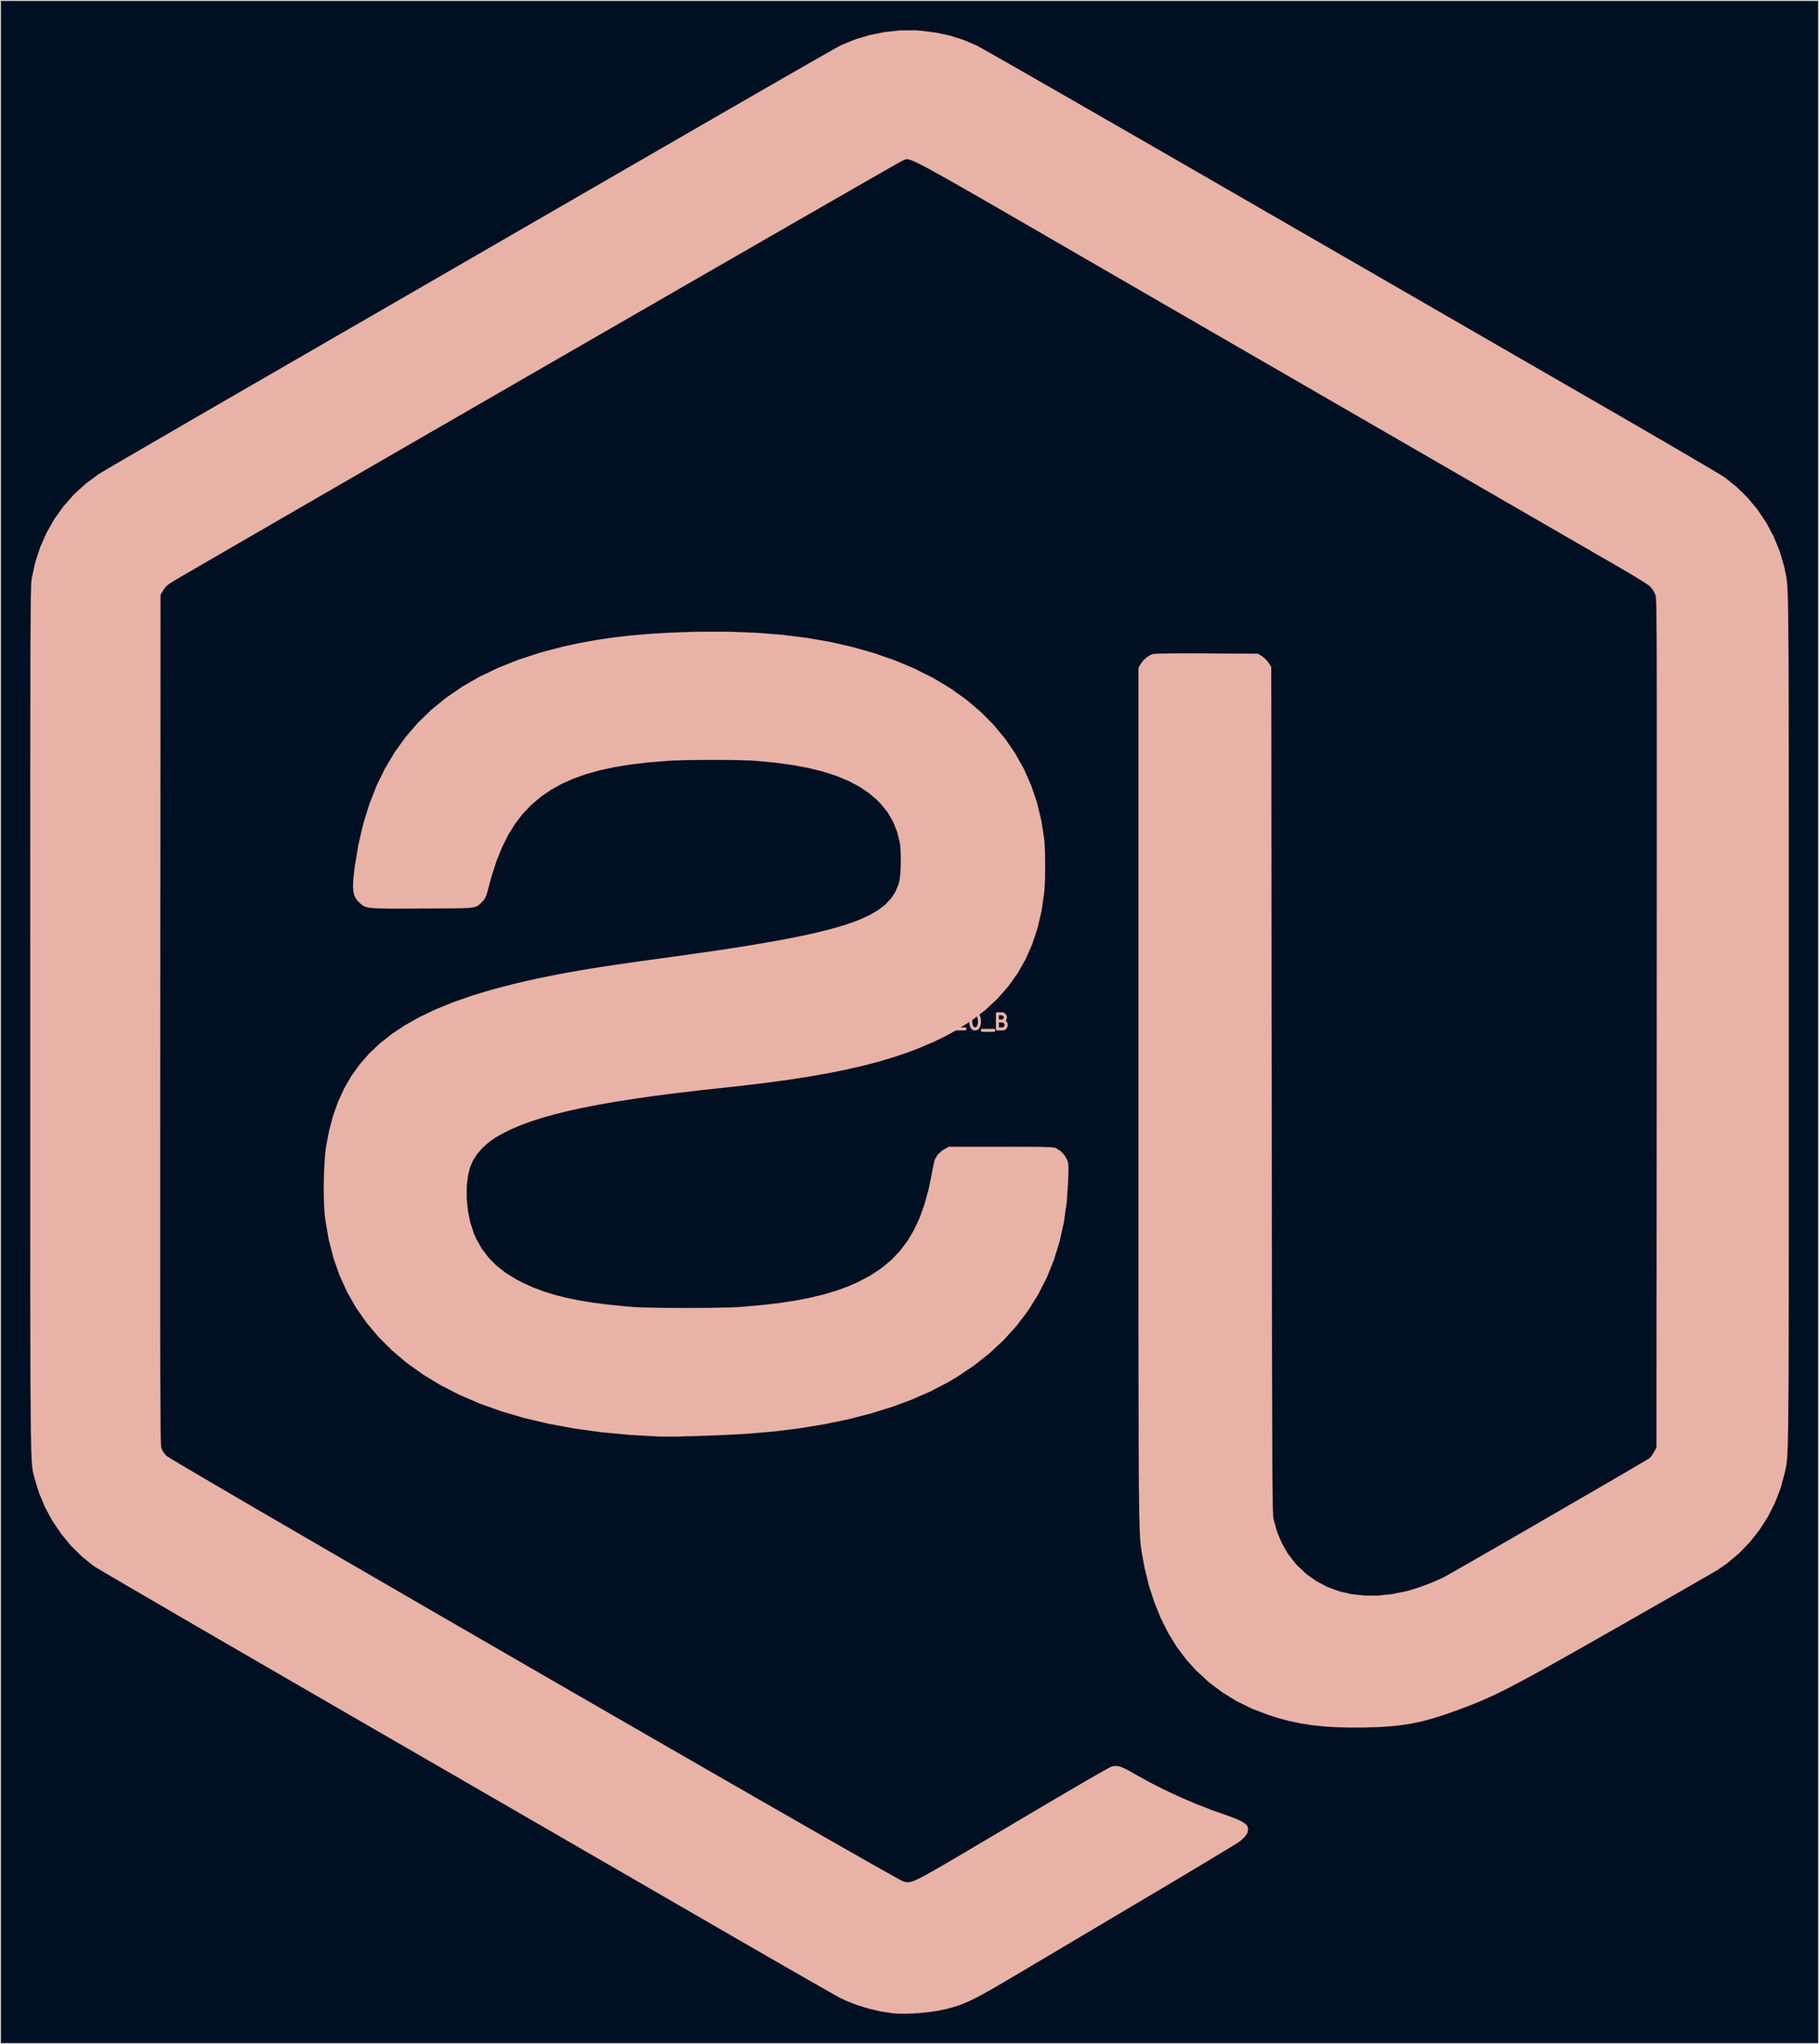
<source format=kicad_pcb>
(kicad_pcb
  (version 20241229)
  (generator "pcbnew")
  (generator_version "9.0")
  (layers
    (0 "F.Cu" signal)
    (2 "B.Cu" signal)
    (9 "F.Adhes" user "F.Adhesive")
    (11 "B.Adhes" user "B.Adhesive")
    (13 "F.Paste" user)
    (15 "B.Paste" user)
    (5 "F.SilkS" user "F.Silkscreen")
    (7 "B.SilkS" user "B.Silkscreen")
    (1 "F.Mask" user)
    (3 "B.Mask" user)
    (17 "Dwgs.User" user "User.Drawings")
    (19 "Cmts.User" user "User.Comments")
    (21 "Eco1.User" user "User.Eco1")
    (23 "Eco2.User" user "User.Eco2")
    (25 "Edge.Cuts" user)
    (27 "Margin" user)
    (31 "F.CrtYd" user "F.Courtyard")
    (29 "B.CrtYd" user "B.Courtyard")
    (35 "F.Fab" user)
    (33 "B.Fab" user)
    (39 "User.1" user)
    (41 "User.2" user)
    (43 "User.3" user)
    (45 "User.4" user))
  (footprint "node-js_20x20_B"
    (layer "F.Cu")
    (at 88.609 99.967)
    (property "Reference" "node-js_20x20_B" (at 0 0 0) (layer "B.SilkS") (effects (font (size 1.524 1.524) (thickness 0.3))))
    (attr through_hole)
    (fp_poly (pts (xy -18.188 -39.341) (xy -15.466 -39.24) (xy -12.867 -39.038) (xy -10.384 -38.734) (xy -8.01 -38.326) (xy -5.738 -37.814) (xy -3.56 -37.197) (xy -1.47 -36.473) (xy -1.355 -36.429) (xy 0.628 -35.594) (xy 2.478 -34.66) (xy 4.195 -33.629) (xy 5.775 -32.503) (xy 7.219 -31.284) (xy 8.524 -29.973) (xy 9.689 -28.572) (xy 10.712 -27.084) (xy 11.592 -25.509) (xy 12.327 -23.851) (xy 12.915 -22.11) (xy 13.356 -20.29) (xy 13.639 -18.457) (xy 13.682 -17.953) (xy 13.713 -17.32) (xy 13.732 -16.6) (xy 13.739 -15.832) (xy 13.734 -15.058) (xy 13.716 -14.318) (xy 13.687 -13.653) (xy 13.646 -13.103) (xy 13.64 -13.039) (xy 13.373 -11.21) (xy 12.972 -9.486) (xy 12.437 -7.864) (xy 11.767 -6.342) (xy 10.958 -4.918) (xy 10.011 -3.59) (xy 8.924 -2.355) (xy 7.695 -1.213) (xy 6.323 -0.161) (xy 4.807 0.803) (xy 3.632 1.44) (xy 2.422 2.022) (xy 1.157 2.566) (xy -0.173 3.074) (xy -1.579 3.548) (xy -3.068 3.99) (xy -4.652 4.404) (xy -6.339 4.79) (xy -8.14 5.151) (xy -10.064 5.49) (xy -12.12 5.809) (xy -14.318 6.109) (xy -16.669 6.394) (xy -18.584 6.603) (xy -21.087 6.875) (xy -23.427 7.151) (xy -25.609 7.433) (xy -27.639 7.72) (xy -29.524 8.015) (xy -31.268 8.318) (xy -32.88 8.632) (xy -34.363 8.956) (xy -35.724 9.292) (xy -36.969 9.641) (xy -38.104 10.005) (xy -39.134 10.385) (xy -40.066 10.781) (xy -40.356 10.917) (xy -41.077 11.281) (xy -41.673 11.623) (xy -42.182 11.969) (xy -42.643 12.345) (xy -43.053 12.735) (xy -43.576 13.34) (xy -43.98 13.984) (xy -44.275 14.693) (xy -44.471 15.496) (xy -44.579 16.418) (xy -44.592 16.637) (xy -44.59 17.869) (xy -44.465 19.082) (xy -44.223 20.242) (xy -43.87 21.318) (xy -43.641 21.84) (xy -43.086 22.828) (xy -42.415 23.723) (xy -41.618 24.533) (xy -40.686 25.267) (xy -39.608 25.935) (xy -38.829 26.336) (xy -37.851 26.771) (xy -36.82 27.157) (xy -35.721 27.498) (xy -34.539 27.798) (xy -33.258 28.06) (xy -31.862 28.287) (xy -30.337 28.483) (xy -28.666 28.651) (xy -27.855 28.719) (xy -27.4 28.746) (xy -26.8 28.769) (xy -26.078 28.788) (xy -25.258 28.803) (xy -24.365 28.813) (xy -23.422 28.819) (xy -22.453 28.821) (xy -21.483 28.819) (xy -20.534 28.812) (xy -19.632 28.801) (xy -18.799 28.786) (xy -18.06 28.767) (xy -17.439 28.743) (xy -16.976 28.716) (xy -15.008 28.548) (xy -13.196 28.34) (xy -11.528 28.09) (xy -9.993 27.797) (xy -8.581 27.457) (xy -7.282 27.068) (xy -6.085 26.629) (xy -5.037 26.166) (xy -3.83 25.517) (xy -2.744 24.794) (xy -1.773 23.986) (xy -0.91 23.084) (xy -0.15 22.081) (xy 0.514 20.966) (xy 1.088 19.731) (xy 1.577 18.366) (xy 1.989 16.864) (xy 2.316 15.277) (xy 2.4 14.829) (xy 2.482 14.423) (xy 2.554 14.097) (xy 2.608 13.889) (xy 2.618 13.858) (xy 2.882 13.4) (xy 3.287 13.007) (xy 3.577 12.819) (xy 4.022 12.573) (xy 9.271 12.573) (xy 10.357 12.573) (xy 11.287 12.575) (xy 12.073 12.577) (xy 12.729 12.582) (xy 13.267 12.588) (xy 13.7 12.596) (xy 14.042 12.607) (xy 14.305 12.621) (xy 14.501 12.638) (xy 14.645 12.658) (xy 14.748 12.683) (xy 14.823 12.711) (xy 15.317 13.023) (xy 15.712 13.453) (xy 15.918 13.821) (xy 15.984 13.98) (xy 16.031 14.129) (xy 16.063 14.295) (xy 16.08 14.507) (xy 16.086 14.793) (xy 16.081 15.181) (xy 16.067 15.698) (xy 16.059 15.96) (xy 15.919 18.088) (xy 15.632 20.134) (xy 15.198 22.097) (xy 14.618 23.976) (xy 13.893 25.767) (xy 13.024 27.472) (xy 12.011 29.087) (xy 10.856 30.611) (xy 9.559 32.044) (xy 8.122 33.383) (xy 6.544 34.628) (xy 4.828 35.776) (xy 3.919 36.313) (xy 2.179 37.218) (xy 0.295 38.045) (xy -1.725 38.791) (xy -3.874 39.456) (xy -6.144 40.038) (xy -8.528 40.533) (xy -11.019 40.942) (xy -13.608 41.261) (xy -16.29 41.489) (xy -17.611 41.566) (xy -18.757 41.62) (xy -19.879 41.667) (xy -20.956 41.707) (xy -21.97 41.738) (xy -22.902 41.762) (xy -23.731 41.776) (xy -24.439 41.781) (xy -25.007 41.776) (xy -25.231 41.769) (xy -28.194 41.603) (xy -31.03 41.333) (xy -33.737 40.962) (xy -36.315 40.487) (xy -38.762 39.911) (xy -41.078 39.233) (xy -43.263 38.453) (xy -45.315 37.572) (xy -47.233 36.59) (xy -49.017 35.507) (xy -50.666 34.323) (xy -52.137 33.079) (xy -53.487 31.731) (xy -54.69 30.303) (xy -55.745 28.793) (xy -56.653 27.2) (xy -57.416 25.521) (xy -58.035 23.756) (xy -58.509 21.902) (xy -58.841 19.958) (xy -58.89 19.558) (xy -58.948 18.895) (xy -58.985 18.106) (xy -59.003 17.232) (xy -59.002 16.311) (xy -58.982 15.381) (xy -58.945 14.481) (xy -58.891 13.65) (xy -58.821 12.926) (xy -58.773 12.567) (xy -58.47 10.968) (xy -58.07 9.461) (xy -57.567 8.043) (xy -56.957 6.711) (xy -56.236 5.461) (xy -55.4 4.29) (xy -54.444 3.194) (xy -53.364 2.17) (xy -52.156 1.214) (xy -50.816 0.323) (xy -49.338 -0.507) (xy -47.72 -1.28) (xy -45.956 -1.998) (xy -44.042 -2.666) (xy -41.975 -3.287) (xy -39.749 -3.864) (xy -38.354 -4.187) (xy -37.375 -4.4) (xy -36.4 -4.602) (xy -35.415 -4.797) (xy -34.4 -4.986) (xy -33.341 -5.173) (xy -32.219 -5.361) (xy -31.018 -5.552) (xy -29.721 -5.749) (xy -28.311 -5.955) (xy -26.771 -6.172) (xy -25.084 -6.405) (xy -24.583 -6.473) (xy -22.298 -6.788) (xy -20.177 -7.091) (xy -18.21 -7.385) (xy -16.392 -7.67) (xy -14.715 -7.949) (xy -13.174 -8.221) (xy -11.76 -8.489) (xy -10.468 -8.754) (xy -9.291 -9.017) (xy -8.221 -9.28) (xy -7.253 -9.543) (xy -6.379 -9.809) (xy -5.592 -10.079) (xy -4.96 -10.322) (xy -3.943 -10.787) (xy -3.084 -11.29) (xy -2.375 -11.838) (xy -1.807 -12.44) (xy -1.372 -13.105) (xy -1.061 -13.84) (xy -0.957 -14.203) (xy -0.897 -14.554) (xy -0.853 -15.033) (xy -0.824 -15.595) (xy -0.812 -16.2) (xy -0.816 -16.805) (xy -0.838 -17.368) (xy -0.878 -17.847) (xy -0.918 -18.119) (xy -1.201 -19.228) (xy -1.606 -20.23) (xy -2.145 -21.145) (xy -2.827 -21.994) (xy -3.187 -22.362) (xy -4.026 -23.081) (xy -4.987 -23.727) (xy -6.072 -24.302) (xy -7.288 -24.808) (xy -8.638 -25.245) (xy -10.128 -25.615) (xy -11.761 -25.919) (xy -13.544 -26.16) (xy -15.452 -26.337) (xy -15.981 -26.367) (xy -16.651 -26.391) (xy -17.432 -26.41) (xy -18.295 -26.422) (xy -19.211 -26.429) (xy -20.151 -26.43) (xy -21.086 -26.424) (xy -21.986 -26.413) (xy -22.824 -26.396) (xy -23.569 -26.373) (xy -24.193 -26.344) (xy -24.342 -26.335) (xy -26.274 -26.178) (xy -28.054 -25.967) (xy -29.691 -25.701) (xy -31.194 -25.376) (xy -32.572 -24.99) (xy -33.835 -24.54) (xy -34.991 -24.024) (xy -36.05 -23.44) (xy -37.02 -22.784) (xy -37.126 -22.704) (xy -38.078 -21.898) (xy -38.94 -20.996) (xy -39.716 -19.988) (xy -40.414 -18.864) (xy -41.038 -17.615) (xy -41.594 -16.231) (xy -42.088 -14.702) (xy -42.375 -13.639) (xy -42.503 -13.153) (xy -42.615 -12.796) (xy -42.727 -12.533) (xy -42.856 -12.327) (xy -43.019 -12.141) (xy -43.109 -12.053) (xy -43.232 -11.936) (xy -43.34 -11.835) (xy -43.447 -11.751) (xy -43.567 -11.68) (xy -43.713 -11.622) (xy -43.898 -11.576) (xy -44.137 -11.539) (xy -44.443 -11.512) (xy -44.83 -11.491) (xy -45.31 -11.477) (xy -45.898 -11.467) (xy -46.607 -11.461) (xy -47.451 -11.456) (xy -48.443 -11.451) (xy -49.055 -11.449) (xy -50.17 -11.444) (xy -51.128 -11.44) (xy -51.944 -11.44) (xy -52.631 -11.444) (xy -53.202 -11.454) (xy -53.67 -11.469) (xy -54.049 -11.493) (xy -54.352 -11.524) (xy -54.593 -11.566) (xy -54.784 -11.618) (xy -54.94 -11.683) (xy -55.073 -11.761) (xy -55.197 -11.852) (xy -55.325 -11.96) (xy -55.346 -11.977) (xy -55.602 -12.227) (xy -55.798 -12.498) (xy -55.936 -12.811) (xy -56.02 -13.186) (xy -56.052 -13.645) (xy -56.036 -14.208) (xy -55.974 -14.896) (xy -55.882 -15.636) (xy -55.517 -17.845) (xy -55.032 -19.94) (xy -54.424 -21.92) (xy -53.693 -23.788) (xy -52.837 -25.545) (xy -51.856 -27.191) (xy -50.749 -28.728) (xy -49.513 -30.158) (xy -48.149 -31.48) (xy -46.654 -32.696) (xy -45.029 -33.808) (xy -43.271 -34.816) (xy -41.379 -35.722) (xy -39.353 -36.526) (xy -37.192 -37.231) (xy -34.893 -37.836) (xy -33.316 -38.178) (xy -31.6 -38.492) (xy -29.836 -38.754) (xy -28.003 -38.967) (xy -26.079 -39.131) (xy -24.043 -39.25) (xy -21.872 -39.324) (xy -21.04 -39.341) (xy -18.188 -39.341)) (stroke (width 0.01) (type solid)) (fill yes) (layer "B.SilkS"))
    (fp_poly (pts (xy 1.171 -99.922) (xy 2.713 -99.728) (xy 4.152 -99.419) (xy 5.516 -98.987) (xy 6.816 -98.434) (xy 6.959 -98.358) (xy 7.243 -98.201) (xy 7.663 -97.965) (xy 8.213 -97.654) (xy 8.888 -97.27) (xy 9.682 -96.818) (xy 10.59 -96.3) (xy 11.606 -95.719) (xy 12.724 -95.079) (xy 13.94 -94.382) (xy 15.248 -93.633) (xy 16.642 -92.832) (xy 18.117 -91.985) (xy 19.667 -91.095) (xy 21.287 -90.163) (xy 22.972 -89.194) (xy 24.715 -88.191) (xy 26.512 -87.156) (xy 28.356 -86.094) (xy 30.243 -85.006) (xy 32.167 -83.897) (xy 33.57 -83.087) (xy 35.64 -81.893) (xy 37.735 -80.685) (xy 39.846 -79.467) (xy 41.964 -78.245) (xy 44.081 -77.024) (xy 46.188 -75.808) (xy 48.276 -74.603) (xy 50.337 -73.414) (xy 52.362 -72.246) (xy 54.342 -71.104) (xy 56.269 -69.992) (xy 58.134 -68.916) (xy 59.928 -67.881) (xy 61.642 -66.892) (xy 63.268 -65.954) (xy 64.798 -65.072) (xy 66.222 -64.25) (xy 67.532 -63.495) (xy 68.719 -62.81) (xy 69.774 -62.201) (xy 70.464 -61.803) (xy 71.74 -61.066) (xy 72.985 -60.347) (xy 74.188 -59.649) (xy 75.342 -58.979) (xy 76.438 -58.342) (xy 77.467 -57.742) (xy 78.42 -57.185) (xy 79.289 -56.676) (xy 80.065 -56.22) (xy 80.739 -55.822) (xy 81.302 -55.487) (xy 81.747 -55.22) (xy 82.063 -55.027) (xy 82.242 -54.912) (xy 82.258 -54.901) (xy 83.485 -53.922) (xy 84.603 -52.82) (xy 85.603 -51.609) (xy 86.476 -50.301) (xy 87.215 -48.909) (xy 87.812 -47.447) (xy 88.257 -45.927) (xy 88.398 -45.27) (xy 88.423 -45.142) (xy 88.446 -45.02) (xy 88.468 -44.901) (xy 88.489 -44.778) (xy 88.509 -44.649) (xy 88.528 -44.507) (xy 88.545 -44.35) (xy 88.562 -44.172) (xy 88.578 -43.969) (xy 88.592 -43.737) (xy 88.606 -43.47) (xy 88.618 -43.165) (xy 88.63 -42.817) (xy 88.641 -42.421) (xy 88.651 -41.974) (xy 88.66 -41.47) (xy 88.669 -40.905) (xy 88.677 -40.275) (xy 88.684 -39.575) (xy 88.69 -38.801) (xy 88.696 -37.947) (xy 88.701 -37.011) (xy 88.706 -35.986) (xy 88.71 -34.87) (xy 88.713 -33.656) (xy 88.716 -32.342) (xy 88.719 -30.922) (xy 88.721 -29.391) (xy 88.723 -27.746) (xy 88.725 -25.982) (xy 88.726 -24.094) (xy 88.727 -22.078) (xy 88.728 -19.929) (xy 88.728 -17.644) (xy 88.729 -15.216) (xy 88.729 -12.643) (xy 88.729 -9.919) (xy 88.729 -7.041) (xy 88.729 -4.003) (xy 88.729 -0.8) (xy 88.729 -0.127) (xy 88.729 3.12) (xy 88.729 6.202) (xy 88.729 9.124) (xy 88.729 11.89) (xy 88.729 14.505) (xy 88.729 16.972) (xy 88.728 19.297) (xy 88.728 21.484) (xy 88.727 23.537) (xy 88.726 25.461) (xy 88.724 27.261) (xy 88.722 28.94) (xy 88.72 30.504) (xy 88.717 31.956) (xy 88.714 33.302) (xy 88.71 34.545) (xy 88.705 35.691) (xy 88.7 36.743) (xy 88.694 37.706) (xy 88.688 38.585) (xy 88.681 39.384) (xy 88.673 40.107) (xy 88.664 40.759) (xy 88.654 41.345) (xy 88.644 41.868) (xy 88.632 42.334) (xy 88.62 42.747) (xy 88.606 43.111) (xy 88.591 43.431) (xy 88.576 43.711) (xy 88.559 43.956) (xy 88.54 44.17) (xy 88.521 44.358) (xy 88.5 44.524) (xy 88.478 44.672) (xy 88.455 44.807) (xy 88.43 44.934) (xy 88.404 45.057) (xy 88.376 45.181) (xy 88.347 45.309) (xy 88.316 45.447) (xy 88.311 45.471) (xy 87.894 46.998) (xy 87.325 48.471) (xy 86.611 49.876) (xy 85.764 51.2) (xy 84.79 52.43) (xy 83.7 53.554) (xy 82.502 54.558) (xy 81.617 55.174) (xy 81.477 55.259) (xy 81.199 55.422) (xy 80.792 55.658) (xy 80.265 55.962) (xy 79.628 56.329) (xy 78.89 56.752) (xy 78.06 57.228) (xy 77.147 57.751) (xy 76.16 58.315) (xy 75.109 58.915) (xy 74.003 59.547) (xy 72.851 60.203) (xy 71.662 60.881) (xy 71.289 61.093) (xy 69.714 61.989) (xy 68.276 62.805) (xy 66.966 63.546) (xy 65.774 64.218) (xy 64.692 64.824) (xy 63.708 65.37) (xy 62.815 65.861) (xy 62.002 66.301) (xy 61.26 66.696) (xy 60.58 67.05) (xy 59.952 67.369) (xy 59.367 67.656) (xy 58.815 67.918) (xy 58.287 68.158) (xy 57.774 68.383) (xy 57.265 68.595) (xy 56.752 68.802) (xy 56.225 69.007) (xy 55.674 69.215) (xy 55.315 69.348) (xy 54.05 69.798) (xy 52.889 70.167) (xy 51.796 70.462) (xy 50.729 70.692) (xy 49.65 70.862) (xy 48.521 70.982) (xy 47.301 71.058) (xy 46.059 71.095) (xy 44.519 71.104) (xy 43.116 71.07) (xy 41.825 70.99) (xy 40.616 70.86) (xy 39.465 70.677) (xy 38.342 70.437) (xy 37.222 70.136) (xy 36.314 69.852) (xy 34.629 69.211) (xy 33.052 68.44) (xy 31.581 67.537) (xy 30.215 66.502) (xy 28.953 65.333) (xy 27.976 64.253) (xy 27.034 63.003) (xy 26.181 61.62) (xy 25.422 60.118) (xy 24.765 58.512) (xy 24.216 56.816) (xy 23.781 55.044) (xy 23.587 54.017) (xy 23.556 53.83) (xy 23.525 53.656) (xy 23.496 53.491) (xy 23.469 53.33) (xy 23.444 53.17) (xy 23.419 53.004) (xy 23.396 52.83) (xy 23.375 52.642) (xy 23.355 52.435) (xy 23.336 52.206) (xy 23.318 51.95) (xy 23.302 51.662) (xy 23.286 51.338) (xy 23.272 50.973) (xy 23.259 50.563) (xy 23.247 50.104) (xy 23.236 49.59) (xy 23.226 49.017) (xy 23.216 48.382) (xy 23.208 47.678) (xy 23.2 46.903) (xy 23.193 46.051) (xy 23.187 45.117) (xy 23.182 44.098) (xy 23.177 42.988) (xy 23.173 41.784) (xy 23.17 40.481) (xy 23.166 39.074) (xy 23.164 37.559) (xy 23.162 35.931) (xy 23.16 34.185) (xy 23.159 32.318) (xy 23.158 30.325) (xy 23.157 28.201) (xy 23.157 25.942) (xy 23.156 23.543) (xy 23.156 21) (xy 23.156 18.308) (xy 23.156 15.463) (xy 23.156 12.46) (xy 23.156 9.295) (xy 23.156 7.408) (xy 23.156 -35.687) (xy 23.344 -36.038) (xy 23.617 -36.422) (xy 23.979 -36.759) (xy 24.377 -37.003) (xy 24.578 -37.077) (xy 24.717 -37.1) (xy 24.964 -37.118) (xy 25.327 -37.133) (xy 25.813 -37.144) (xy 26.431 -37.152) (xy 27.189 -37.156) (xy 28.093 -37.157) (xy 29.154 -37.155) (xy 30.063 -37.151) (xy 35.192 -37.126) (xy 35.607 -36.87) (xy 36.007 -36.543) (xy 36.277 -36.199) (xy 36.534 -35.785) (xy 36.58 6.851) (xy 36.583 10.069) (xy 36.586 13.122) (xy 36.59 16.014) (xy 36.593 18.75) (xy 36.596 21.335) (xy 36.599 23.771) (xy 36.602 26.065) (xy 36.605 28.221) (xy 36.608 30.242) (xy 36.612 32.133) (xy 36.615 33.899) (xy 36.618 35.544) (xy 36.621 37.072) (xy 36.625 38.488) (xy 36.628 39.796) (xy 36.632 41) (xy 36.636 42.106) (xy 36.64 43.116) (xy 36.644 44.036) (xy 36.649 44.871) (xy 36.654 45.624) (xy 36.659 46.299) (xy 36.664 46.902) (xy 36.67 47.437) (xy 36.676 47.907) (xy 36.682 48.318) (xy 36.689 48.674) (xy 36.696 48.979) (xy 36.703 49.238) (xy 36.711 49.454) (xy 36.72 49.633) (xy 36.728 49.778) (xy 36.738 49.895) (xy 36.747 49.987) (xy 36.758 50.059) (xy 36.768 50.116) (xy 36.769 50.12) (xy 37.126 51.377) (xy 37.601 52.52) (xy 38.203 53.565) (xy 38.938 54.524) (xy 39.187 54.8) (xy 40.099 55.65) (xy 41.105 56.363) (xy 42.198 56.938) (xy 43.369 57.372) (xy 44.612 57.663) (xy 45.918 57.811) (xy 47.281 57.813) (xy 48.691 57.667) (xy 50.143 57.372) (xy 50.373 57.313) (xy 51.094 57.098) (xy 51.884 56.828) (xy 52.679 56.524) (xy 53.415 56.211) (xy 53.868 55.996) (xy 54.034 55.907) (xy 54.332 55.742) (xy 54.75 55.506) (xy 55.279 55.205) (xy 55.909 54.846) (xy 56.63 54.434) (xy 57.43 53.975) (xy 58.301 53.475) (xy 59.231 52.94) (xy 60.211 52.375) (xy 61.231 51.788) (xy 62.28 51.182) (xy 63.347 50.566) (xy 64.424 49.943) (xy 65.5 49.321) (xy 66.563 48.705) (xy 67.605 48.101) (xy 68.616 47.515) (xy 69.584 46.953) (xy 70.499 46.421) (xy 71.353 45.924) (xy 72.133 45.469) (xy 72.831 45.061) (xy 73.435 44.706) (xy 73.936 44.411) (xy 74.324 44.181) (xy 74.588 44.022) (xy 74.718 43.939) (xy 74.728 43.931) (xy 74.869 43.764) (xy 75.041 43.511) (xy 75.152 43.324) (xy 75.396 42.884) (xy 75.417 0.11) (xy 75.419 -3.102) (xy 75.42 -6.15) (xy 75.422 -9.037) (xy 75.423 -11.767) (xy 75.424 -14.346) (xy 75.425 -16.778) (xy 75.426 -19.067) (xy 75.426 -21.217) (xy 75.427 -23.233) (xy 75.427 -25.119) (xy 75.427 -26.88) (xy 75.426 -28.519) (xy 75.426 -30.043) (xy 75.425 -31.454) (xy 75.424 -32.757) (xy 75.422 -33.957) (xy 75.42 -35.057) (xy 75.418 -36.064) (xy 75.416 -36.98) (xy 75.413 -37.81) (xy 75.409 -38.559) (xy 75.406 -39.23) (xy 75.401 -39.829) (xy 75.397 -40.36) (xy 75.392 -40.827) (xy 75.386 -41.235) (xy 75.38 -41.588) (xy 75.374 -41.889) (xy 75.367 -42.145) (xy 75.36 -42.359) (xy 75.352 -42.535) (xy 75.343 -42.678) (xy 75.334 -42.793) (xy 75.324 -42.883) (xy 75.314 -42.954) (xy 75.303 -43.009) (xy 75.291 -43.053) (xy 75.279 -43.09) (xy 75.27 -43.115) (xy 75.042 -43.548) (xy 74.74 -43.915) (xy 74.571 -44.048) (xy 74.266 -44.255) (xy 73.836 -44.529) (xy 73.295 -44.862) (xy 72.655 -45.246) (xy 71.927 -45.674) (xy 71.332 -46.019) (xy 71.02 -46.199) (xy 70.568 -46.46) (xy 69.984 -46.797) (xy 69.276 -47.206) (xy 68.449 -47.683) (xy 67.512 -48.224) (xy 66.472 -48.825) (xy 65.336 -49.481) (xy 64.11 -50.189) (xy 62.804 -50.943) (xy 61.422 -51.741) (xy 59.974 -52.578) (xy 58.466 -53.449) (xy 56.905 -54.35) (xy 55.298 -55.278) (xy 53.653 -56.229) (xy 51.977 -57.197) (xy 50.277 -58.179) (xy 48.56 -59.17) (xy 46.835 -60.167) (xy 45.106 -61.165) (xy 43.383 -62.161) (xy 41.672 -63.149) (xy 39.981 -64.126) (xy 38.316 -65.088) (xy 36.685 -66.03) (xy 35.096 -66.949) (xy 33.554 -67.839) (xy 32.068 -68.698) (xy 30.645 -69.52) (xy 29.292 -70.302) (xy 28.017 -71.039) (xy 26.825 -71.727) (xy 25.726 -72.363) (xy 24.725 -72.941) (xy 23.83 -73.458) (xy 23.049 -73.91) (xy 22.388 -74.291) (xy 21.855 -74.6) (xy 21.505 -74.802) (xy 19.409 -76.015) (xy 17.455 -77.146) (xy 15.637 -78.198) (xy 13.951 -79.174) (xy 12.391 -80.077) (xy 10.952 -80.908) (xy 9.63 -81.673) (xy 8.418 -82.371) (xy 7.312 -83.008) (xy 6.307 -83.585) (xy 5.397 -84.105) (xy 4.578 -84.571) (xy 3.844 -84.986) (xy 3.191 -85.353) (xy 2.612 -85.674) (xy 2.104 -85.951) (xy 1.661 -86.189) (xy 1.277 -86.389) (xy 0.948 -86.554) (xy 0.669 -86.688) (xy 0.434 -86.792) (xy 0.239 -86.871) (xy 0.078 -86.925) (xy -0.054 -86.959) (xy -0.162 -86.975) (xy -0.252 -86.975) (xy -0.327 -86.963) (xy -0.393 -86.941) (xy -0.457 -86.912) (xy -0.521 -86.879) (xy -0.592 -86.845) (xy -0.676 -86.812) (xy -0.677 -86.811) (xy -0.771 -86.762) (xy -1.007 -86.631) (xy -1.379 -86.421) (xy -1.881 -86.136) (xy -2.51 -85.777) (xy -3.259 -85.35) (xy -4.124 -84.855) (xy -5.098 -84.296) (xy -6.178 -83.677) (xy -7.358 -83) (xy -8.632 -82.269) (xy -9.996 -81.485) (xy -11.444 -80.653) (xy -12.971 -79.775) (xy -14.572 -78.855) (xy -16.241 -77.894) (xy -17.974 -76.897) (xy -19.765 -75.866) (xy -21.609 -74.804) (xy -23.501 -73.715) (xy -25.436 -72.6) (xy -27.408 -71.464) (xy -29.412 -70.309) (xy -31.444 -69.139) (xy -33.497 -67.955) (xy -35.567 -66.762) (xy -37.648 -65.562) (xy -39.735 -64.358) (xy -41.824 -63.153) (xy -43.908 -61.951) (xy -45.983 -60.753) (xy -48.044 -59.564) (xy -50.084 -58.386) (xy -52.1 -57.222) (xy -54.086 -56.075) (xy -56.036 -54.949) (xy -57.945 -53.846) (xy -59.809 -52.768) (xy -61.622 -51.72) (xy -63.379 -50.704) (xy -65.074 -49.724) (xy -66.703 -48.781) (xy -68.26 -47.879) (xy -69.741 -47.022) (xy -71.139 -46.212) (xy -72.449 -45.452) (xy -73.406 -44.897) (xy -73.923 -44.594) (xy -74.315 -44.354) (xy -74.608 -44.159) (xy -74.824 -43.988) (xy -74.987 -43.824) (xy -75.122 -43.648) (xy -75.252 -43.44) (xy -75.256 -43.434) (xy -75.48 -43.053) (xy -75.502 -0.256) (xy -75.503 2.977) (xy -75.505 6.044) (xy -75.506 8.951) (xy -75.507 11.701) (xy -75.508 14.299) (xy -75.509 16.75) (xy -75.509 19.057) (xy -75.51 21.225) (xy -75.51 23.258) (xy -75.509 25.161) (xy -75.509 26.937) (xy -75.508 28.592) (xy -75.507 30.129) (xy -75.506 31.552) (xy -75.504 32.867) (xy -75.502 34.078) (xy -75.5 35.188) (xy -75.497 36.202) (xy -75.494 37.124) (xy -75.491 37.959) (xy -75.487 38.711) (xy -75.483 39.385) (xy -75.479 39.984) (xy -75.474 40.513) (xy -75.469 40.976) (xy -75.463 41.378) (xy -75.457 41.722) (xy -75.45 42.014) (xy -75.443 42.257) (xy -75.436 42.457) (xy -75.428 42.616) (xy -75.419 42.74) (xy -75.41 42.832) (xy -75.401 42.898) (xy -75.391 42.941) (xy -75.39 42.944) (xy -75.218 43.297) (xy -74.959 43.643) (xy -74.897 43.708) (xy -74.795 43.78) (xy -74.552 43.932) (xy -74.172 44.163) (xy -73.662 44.469) (xy -73.027 44.846) (xy -72.272 45.292) (xy -71.403 45.804) (xy -70.425 46.378) (xy -69.343 47.011) (xy -68.163 47.701) (xy -66.89 48.444) (xy -65.53 49.237) (xy -64.087 50.076) (xy -62.568 50.96) (xy -60.977 51.884) (xy -59.321 52.846) (xy -57.603 53.843) (xy -55.831 54.871) (xy -54.008 55.927) (xy -52.141 57.009) (xy -50.235 58.112) (xy -48.296 59.235) (xy -46.328 60.373) (xy -44.337 61.525) (xy -42.328 62.686) (xy -40.307 63.853) (xy -38.279 65.024) (xy -36.25 66.196) (xy -34.224 67.365) (xy -32.208 68.527) (xy -30.207 69.682) (xy -28.225 70.824) (xy -26.269 71.95) (xy -24.344 73.059) (xy -22.454 74.146) (xy -20.607 75.209) (xy -18.806 76.245) (xy -17.057 77.249) (xy -15.367 78.22) (xy -13.739 79.154) (xy -12.179 80.048) (xy -10.694 80.899) (xy -9.287 81.704) (xy -7.965 82.46) (xy -6.733 83.163) (xy -5.596 83.811) (xy -4.56 84.4) (xy -3.63 84.927) (xy -2.811 85.39) (xy -2.109 85.785) (xy -1.529 86.109) (xy -1.077 86.359) (xy -0.757 86.531) (xy -0.576 86.623) (xy -0.538 86.638) (xy -0.413 86.666) (xy -0.299 86.689) (xy -0.186 86.704) (xy -0.067 86.707) (xy 0.064 86.693) (xy 0.217 86.659) (xy 0.398 86.601) (xy 0.616 86.515) (xy 0.878 86.395) (xy 1.192 86.24) (xy 1.566 86.043) (xy 2.008 85.802) (xy 2.524 85.512) (xy 3.123 85.169) (xy 3.813 84.769) (xy 4.601 84.308) (xy 5.495 83.781) (xy 6.503 83.186) (xy 7.633 82.517) (xy 8.892 81.771) (xy 10.288 80.943) (xy 10.494 80.82) (xy 12.053 79.897) (xy 13.487 79.05) (xy 14.793 78.281) (xy 15.97 77.59) (xy 17.016 76.979) (xy 17.929 76.449) (xy 18.707 76.001) (xy 19.349 75.635) (xy 19.853 75.353) (xy 20.217 75.157) (xy 20.438 75.046) (xy 20.503 75.021) (xy 20.771 74.982) (xy 21.041 74.993) (xy 21.338 75.065) (xy 21.69 75.206) (xy 22.124 75.425) (xy 22.666 75.731) (xy 22.755 75.784) (xy 24.149 76.561) (xy 25.663 77.333) (xy 27.252 78.077) (xy 28.867 78.772) (xy 30.461 79.397) (xy 31.462 79.754) (xy 32.221 80.02) (xy 32.831 80.25) (xy 33.308 80.452) (xy 33.666 80.637) (xy 33.919 80.812) (xy 34.084 80.986) (xy 34.174 81.169) (xy 34.205 81.37) (xy 34.205 81.399) (xy 34.123 81.742) (xy 33.878 82.107) (xy 33.476 82.488) (xy 33.292 82.628) (xy 33.153 82.72) (xy 32.878 82.892) (xy 32.477 83.138) (xy 31.959 83.453) (xy 31.335 83.83) (xy 30.615 84.264) (xy 29.808 84.749) (xy 28.924 85.278) (xy 27.972 85.847) (xy 26.964 86.449) (xy 25.908 87.077) (xy 24.814 87.727) (xy 24.371 87.99) (xy 23.168 88.704) (xy 21.932 89.437) (xy 20.681 90.179) (xy 19.431 90.921) (xy 18.199 91.652) (xy 17 92.364) (xy 15.852 93.045) (xy 14.771 93.686) (xy 13.773 94.278) (xy 12.876 94.81) (xy 12.096 95.273) (xy 11.599 95.568) (xy 10.534 96.199) (xy 9.6 96.748) (xy 8.783 97.224) (xy 8.068 97.632) (xy 7.443 97.98) (xy 6.893 98.274) (xy 6.404 98.522) (xy 5.962 98.73) (xy 5.554 98.905) (xy 5.166 99.055) (xy 4.783 99.185) (xy 4.392 99.304) (xy 3.979 99.418) (xy 3.717 99.485) (xy 3.012 99.636) (xy 2.201 99.762) (xy 1.33 99.858) (xy 0.447 99.922) (xy -0.401 99.949) (xy -1.168 99.937) (xy -1.645 99.901) (xy -2.798 99.724) (xy -3.987 99.45) (xy -5.158 99.094) (xy -6.253 98.673) (xy -6.846 98.398) (xy -7.017 98.307) (xy -7.326 98.136) (xy -7.762 97.891) (xy -8.318 97.577) (xy -8.982 97.199) (xy -9.747 96.763) (xy -10.603 96.273) (xy -11.54 95.736) (xy -12.55 95.157) (xy -13.623 94.54) (xy -14.749 93.891) (xy -15.921 93.216) (xy -17.127 92.52) (xy -17.78 92.143) (xy -18.637 91.647) (xy -19.632 91.072) (xy -20.758 90.422) (xy -22.007 89.7) (xy -23.369 88.913) (xy -24.838 88.064) (xy -26.406 87.158) (xy -28.063 86.2) (xy -29.803 85.195) (xy -31.617 84.147) (xy -33.496 83.061) (xy -35.434 81.941) (xy -37.422 80.793) (xy -39.451 79.62) (xy -41.514 78.428) (xy -43.603 77.221) (xy -45.71 76.004) (xy -47.826 74.781) (xy -49.944 73.558) (xy -52.055 72.338) (xy -54.151 71.127) (xy -54.711 70.803) (xy -56.693 69.658) (xy -58.64 68.532) (xy -60.548 67.428) (xy -62.411 66.35) (xy -64.224 65.3) (xy -65.981 64.283) (xy -67.678 63.299) (xy -69.308 62.354) (xy -70.867 61.449) (xy -72.349 60.589) (xy -73.749 59.776) (xy -75.061 59.012) (xy -76.281 58.302) (xy -77.403 57.649) (xy -78.421 57.054) (xy -79.331 56.523) (xy -80.126 56.057) (xy -80.803 55.659) (xy -81.355 55.334) (xy -81.777 55.083) (xy -82.063 54.911) (xy -82.209 54.819) (xy -82.219 54.812) (xy -83.405 53.859) (xy -84.5 52.775) (xy -85.489 51.578) (xy -86.362 50.286) (xy -87.105 48.919) (xy -87.706 47.495) (xy -88.134 46.102) (xy -88.169 45.969) (xy -88.202 45.849) (xy -88.233 45.737) (xy -88.262 45.628) (xy -88.29 45.519) (xy -88.317 45.405) (xy -88.342 45.282) (xy -88.365 45.144) (xy -88.387 44.989) (xy -88.408 44.81) (xy -88.427 44.605) (xy -88.445 44.368) (xy -88.462 44.095) (xy -88.477 43.782) (xy -88.491 43.424) (xy -88.505 43.017) (xy -88.517 42.557) (xy -88.528 42.038) (xy -88.538 41.458) (xy -88.547 40.81) (xy -88.556 40.092) (xy -88.563 39.297) (xy -88.57 38.423) (xy -88.576 37.465) (xy -88.581 36.418) (xy -88.585 35.277) (xy -88.589 34.039) (xy -88.593 32.699) (xy -88.595 31.252) (xy -88.598 29.695) (xy -88.6 28.023) (xy -88.601 26.23) (xy -88.602 24.314) (xy -88.603 22.27) (xy -88.604 20.092) (xy -88.604 17.777) (xy -88.604 15.321) (xy -88.604 12.719) (xy -88.604 9.966) (xy -88.604 7.058) (xy -88.604 3.991) (xy -88.604 0.76) (xy -88.604 -0.169) (xy -88.604 -3.419) (xy -88.604 -6.503) (xy -88.603 -9.427) (xy -88.603 -12.195) (xy -88.603 -14.811) (xy -88.603 -17.28) (xy -88.602 -19.605) (xy -88.602 -21.792) (xy -88.601 -23.845) (xy -88.6 -25.768) (xy -88.599 -27.566) (xy -88.598 -29.243) (xy -88.596 -30.803) (xy -88.594 -32.251) (xy -88.592 -33.591) (xy -88.59 -34.827) (xy -88.588 -35.965) (xy -88.585 -37.008) (xy -88.582 -37.961) (xy -88.578 -38.827) (xy -88.575 -39.613) (xy -88.571 -40.321) (xy -88.566 -40.957) (xy -88.561 -41.524) (xy -88.556 -42.027) (xy -88.55 -42.471) (xy -88.544 -42.86) (xy -88.538 -43.198) (xy -88.531 -43.49) (xy -88.524 -43.74) (xy -88.516 -43.952) (xy -88.507 -44.131) (xy -88.498 -44.282) (xy -88.489 -44.408) (xy -88.479 -44.514) (xy -88.468 -44.605) (xy -88.457 -44.684) (xy -88.447 -44.746) (xy -88.097 -46.344) (xy -87.596 -47.876) (xy -86.95 -49.334) (xy -86.165 -50.709) (xy -85.247 -51.991) (xy -84.203 -53.171) (xy -83.037 -54.241) (xy -81.756 -55.191) (xy -81.703 -55.226) (xy -81.561 -55.313) (xy -81.279 -55.482) (xy -80.865 -55.726) (xy -80.326 -56.043) (xy -79.668 -56.427) (xy -78.899 -56.876) (xy -78.025 -57.384) (xy -77.055 -57.949) (xy -75.995 -58.564) (xy -74.853 -59.227) (xy -73.634 -59.934) (xy -72.348 -60.68) (xy -70.999 -61.46) (xy -69.597 -62.272) (xy -68.147 -63.11) (xy -66.657 -63.971) (xy -65.193 -64.817) (xy -63.618 -65.726) (xy -62.047 -66.634) (xy -60.489 -67.533) (xy -58.953 -68.421) (xy -57.448 -69.29) (xy -55.984 -70.135) (xy -54.569 -70.953) (xy -53.213 -71.736) (xy -51.925 -72.48) (xy -50.714 -73.179) (xy -49.59 -73.828) (xy -48.561 -74.422) (xy -47.638 -74.956) (xy -46.828 -75.424) (xy -46.141 -75.821) (xy -45.587 -76.141) (xy -45.339 -76.284) (xy -42.319 -78.031) (xy -39.442 -79.693) (xy -36.707 -81.274) (xy -34.111 -82.774) (xy -31.651 -84.196) (xy -29.324 -85.54) (xy -27.129 -86.808) (xy -25.062 -88.001) (xy -23.121 -89.121) (xy -21.304 -90.17) (xy -19.607 -91.149) (xy -18.028 -92.059) (xy -16.565 -92.902) (xy -15.215 -93.679) (xy -13.976 -94.392) (xy -12.844 -95.043) (xy -11.818 -95.632) (xy -10.894 -96.162) (xy -10.071 -96.633) (xy -9.345 -97.048) (xy -8.715 -97.407) (xy -8.176 -97.713) (xy -7.728 -97.966) (xy -7.367 -98.168) (xy -7.091 -98.322) (xy -6.896 -98.427) (xy -6.782 -98.486) (xy -6.773 -98.49) (xy -5.398 -99.047) (xy -3.949 -99.479) (xy -2.457 -99.779) (xy -0.958 -99.942) (xy 0.515 -99.962) (xy 1.171 -99.922)) (stroke (width 0.01) (type solid)) (fill yes) (layer "B.SilkS")))
  (gr_rect
    (start -3 -3)
    (end 180.343 202.922)
    (stroke (width 0.1) (type default))
    (fill no)
    (layer "Edge.Cuts")))
</source>
